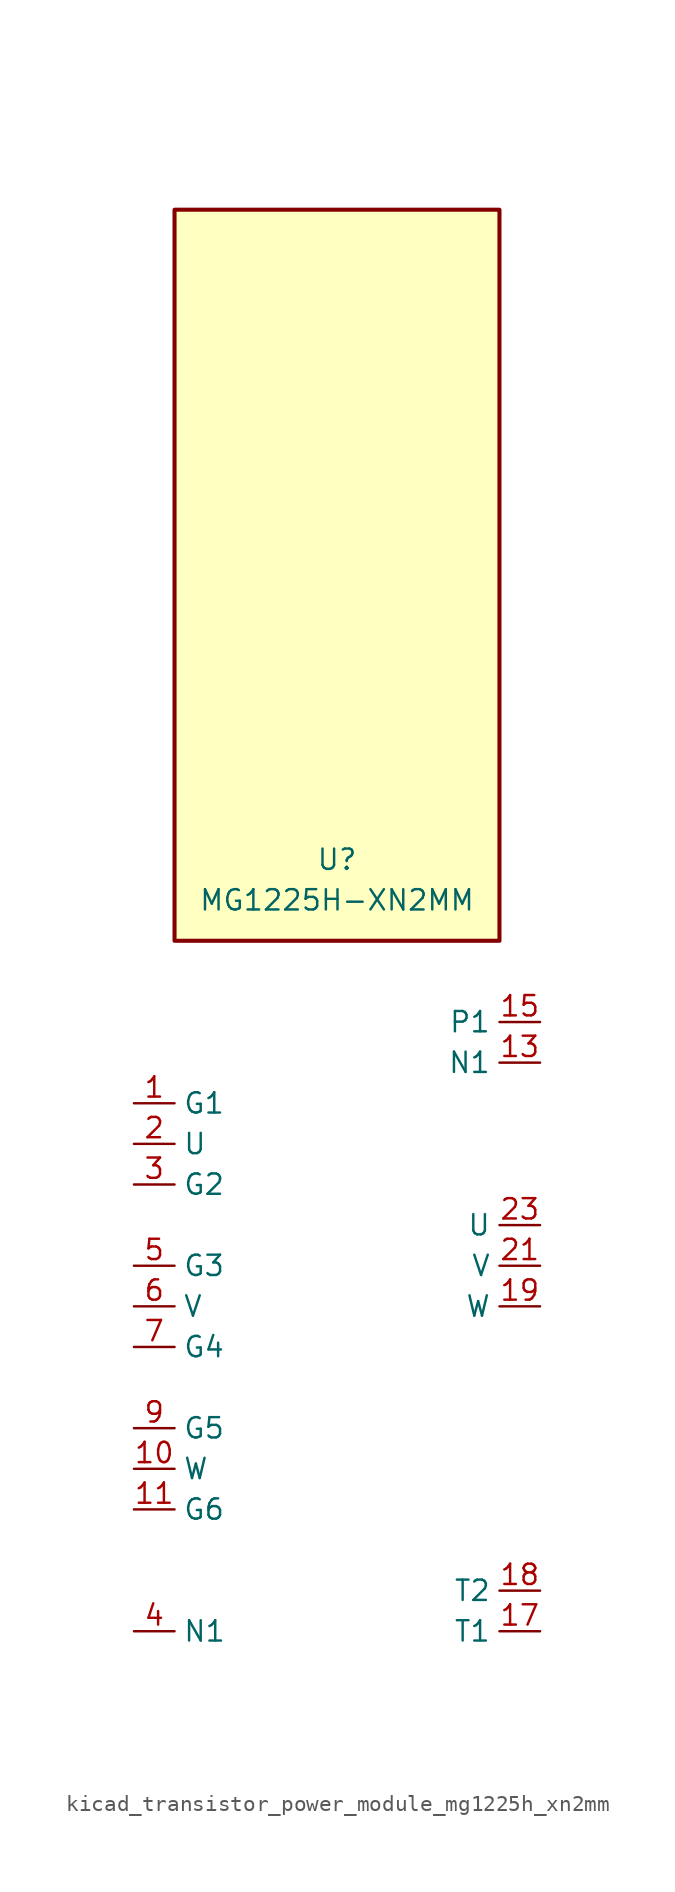
<source format=kicad_sym>
(kicad_symbol_lib
  (version 20220914)
  (generator kicad_symbol_editor)
  (symbol "kicad_transistor_power_module_mg1225h_xn2mm"
    (property "Reference" "U"
      (at 0 25.4 0)
      (effects (font (size 1.27 1.27))))
    (property "Value" "MG1225H-XN2MM"
      (at 0 22.86 0)
      (effects (font (size 1.27 1.27))))
    (symbol "kicad_transistor_power_module_mg1225h_xn2mm_0_0"
      (pin passive line (at 12.7 12.7 180) (length 2.54) (name "N1" (effects (font (size 1.27 1.27)))) (number "13" (effects (font (size 1.27 1.27)))))
      (pin passive line (at 12.7 12.7 180) (length 2.54) hide (name "N1" (effects (font (size 1.27 1.27)))) (number "14" (effects (font (size 1.27 1.27)))))
      (pin passive line (at 12.7 15.24 180) (length 2.54) (name "P1" (effects (font (size 1.27 1.27)))) (number "15" (effects (font (size 1.27 1.27)))))
      (pin passive line (at 12.7 15.24 180) (length 2.54) hide (name "P1" (effects (font (size 1.27 1.27)))) (number "16" (effects (font (size 1.27 1.27)))))
      (pin passive line (at 12.7 -22.86 180) (length 2.54) (name "T1" (effects (font (size 1.27 1.27)))) (number "17" (effects (font (size 1.27 1.27)))))
      (pin passive line (at 12.7 -20.32 180) (length 2.54) (name "T2" (effects (font (size 1.27 1.27)))) (number "18" (effects (font (size 1.27 1.27)))))
      (pin passive line (at 12.7 -2.54 180) (length 2.54) (name "W" (effects (font (size 1.27 1.27)))) (number "19" (effects (font (size 1.27 1.27)))))
      (pin passive line (at 12.7 -2.54 180) (length 2.54) hide (name "W" (effects (font (size 1.27 1.27)))) (number "20" (effects (font (size 1.27 1.27)))))
      (pin passive line (at 12.7 0 180) (length 2.54) (name "V" (effects (font (size 1.27 1.27)))) (number "21" (effects (font (size 1.27 1.27)))))
      (pin passive line (at 12.7 0 180) (length 2.54) hide (name "V" (effects (font (size 1.27 1.27)))) (number "22" (effects (font (size 1.27 1.27)))))
      (pin passive line (at 12.7 2.54 180) (length 2.54) (name "U" (effects (font (size 1.27 1.27)))) (number "23" (effects (font (size 1.27 1.27)))))
      (pin passive line (at 12.7 2.54 180) (length 2.54) hide (name "U" (effects (font (size 1.27 1.27)))) (number "24" (effects (font (size 1.27 1.27)))))
      (pin passive line (at 12.7 15.24 180) (length 2.54) hide (name "P1" (effects (font (size 1.27 1.27)))) (number "25" (effects (font (size 1.27 1.27)))))
      (pin passive line (at 12.7 15.24 180) (length 2.54) hide (name "P1" (effects (font (size 1.27 1.27)))) (number "26" (effects (font (size 1.27 1.27)))))
      (pin passive line (at 12.7 12.7 180) (length 2.54) hide (name "N1" (effects (font (size 1.27 1.27)))) (number "27" (effects (font (size 1.27 1.27)))))
      (pin passive line (at 12.7 12.7 180) (length 2.54) hide (name "N1" (effects (font (size 1.27 1.27)))) (number "28" (effects (font (size 1.27 1.27))))))
    (symbol "kicad_transistor_power_module_mg1225h_xn2mm_1_1"
      (rectangle (start 10.16 66.04) (end -10.16 20.32) (stroke (width 0.254) (type default)) (fill (type background)))
      (pin passive line (at -12.7 10.16 0) (length 2.54) (name "G1" (effects (font (size 1.27 1.27)))) (number "1" (effects (font (size 1.27 1.27)))))
      (pin passive line (at -12.7 -12.7 0) (length 2.54) (name "W" (effects (font (size 1.27 1.27)))) (number "10" (effects (font (size 1.27 1.27)))))
      (pin passive line (at -12.7 -15.24 0) (length 2.54) (name "G6" (effects (font (size 1.27 1.27)))) (number "11" (effects (font (size 1.27 1.27)))))
      (pin passive line (at -12.7 -22.86 0) (length 2.54) hide (name "N1" (effects (font (size 1.27 1.27)))) (number "12" (effects (font (size 1.27 1.27)))))
      (pin passive line (at -12.7 7.62 0) (length 2.54) (name "U" (effects (font (size 1.27 1.27)))) (number "2" (effects (font (size 1.27 1.27)))))
      (pin passive line (at -12.7 5.08 0) (length 2.54) (name "G2" (effects (font (size 1.27 1.27)))) (number "3" (effects (font (size 1.27 1.27)))))
      (pin passive line (at -12.7 -22.86 0) (length 2.54) (name "N1" (effects (font (size 1.27 1.27)))) (number "4" (effects (font (size 1.27 1.27)))))
      (pin passive line (at -12.7 0 0) (length 2.54) (name "G3" (effects (font (size 1.27 1.27)))) (number "5" (effects (font (size 1.27 1.27)))))
      (pin passive line (at -12.7 -2.54 0) (length 2.54) (name "V" (effects (font (size 1.27 1.27)))) (number "6" (effects (font (size 1.27 1.27)))))
      (pin passive line (at -12.7 -5.08 0) (length 2.54) (name "G4" (effects (font (size 1.27 1.27)))) (number "7" (effects (font (size 1.27 1.27)))))
      (pin passive line (at -12.7 -22.86 0) (length 2.54) hide (name "N1" (effects (font (size 1.27 1.27)))) (number "8" (effects (font (size 1.27 1.27)))))
      (pin passive line (at -12.7 -10.16 0) (length 2.54) (name "G5" (effects (font (size 1.27 1.27)))) (number "9" (effects (font (size 1.27 1.27))))))))
</source>
